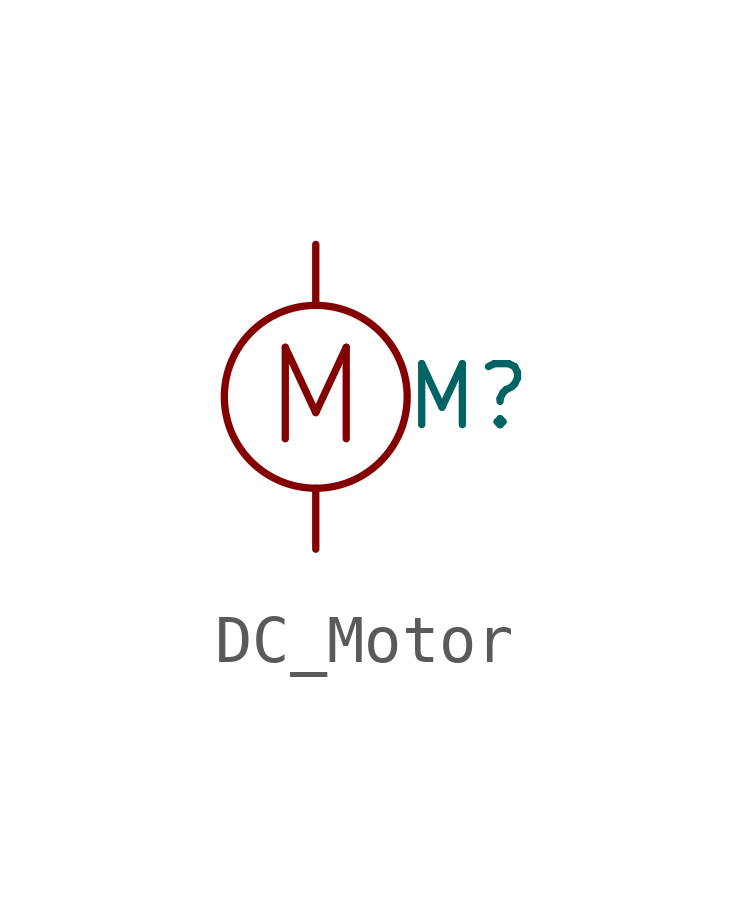
<source format=kicad_sym>
(kicad_symbol_lib
  (version 20220914)
  (generator kicad_symbol_editor)
  (symbol "DC_Motor"
    (property "Reference" "M"
      (at 3.175 -3.175 0)
      (effects (font (size 1.27 1.27))))
    (symbol "DC_Motor_0_0"
      (circle (center 0 -3.175) (radius 1.905) (stroke (width 0.152) (type default)) (fill (type none))))
    (symbol "DC_Motor_1_0"
      (text "M" (at 0 -3.175 0) (effects (font (size 1.905 1.905)))))
    (symbol "DC_Motor_1_1"
      (pin unspecified line (at 0 -6.35 90) (length 1.27) (name "" (effects (font (size 1.27 1.27)))) (number "" (effects (font (size 1.27 1.27)))))
      (pin unspecified line (at 0 0 270) (length 1.27) (name "" (effects (font (size 1.27 1.27)))) (number "" (effects (font (size 1.27 1.27))))))))
</source>
